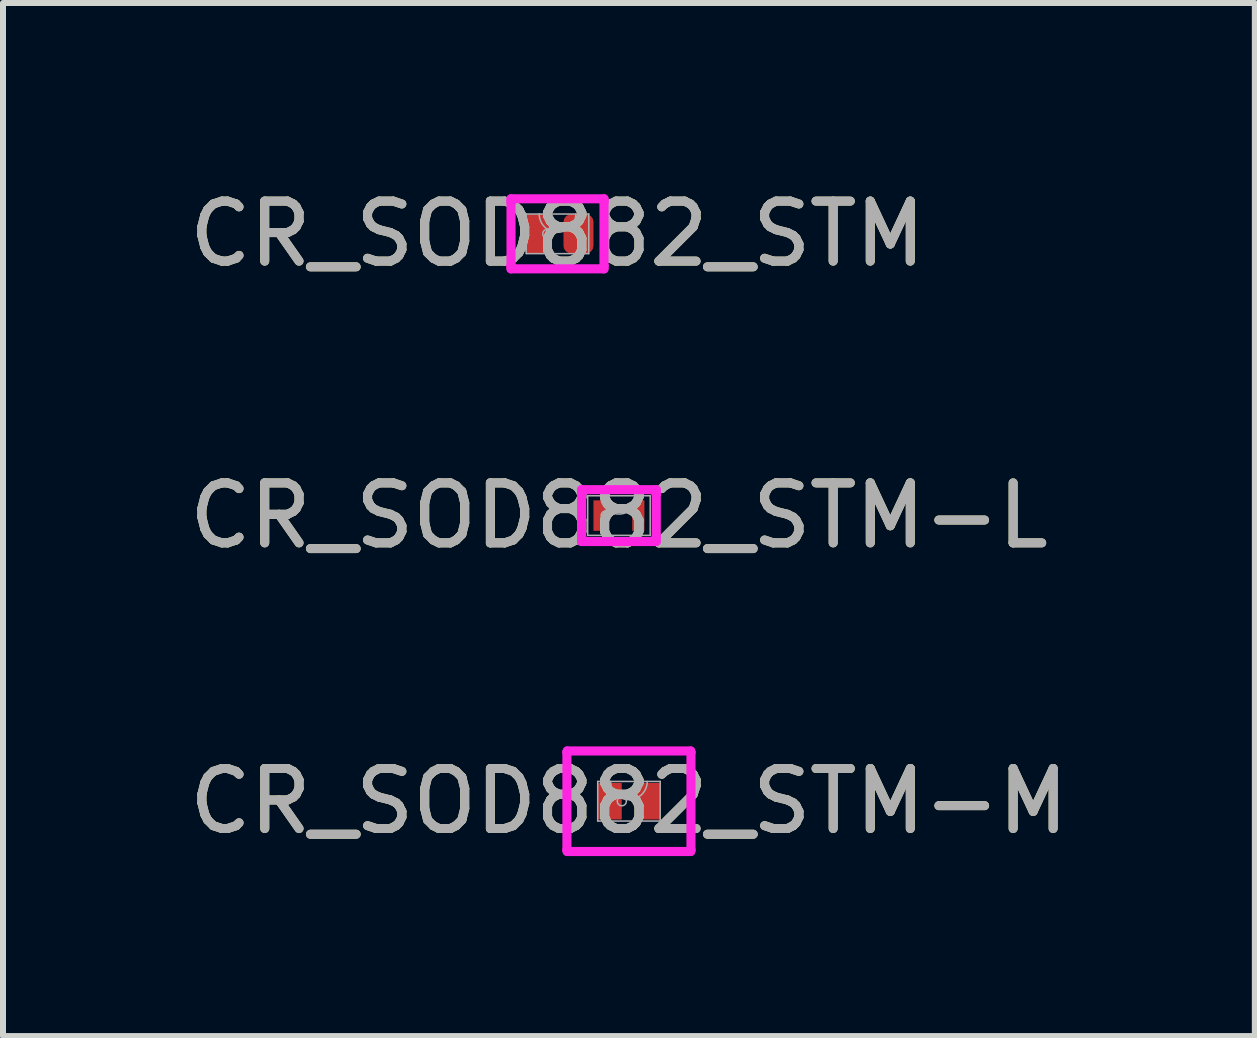
<source format=kicad_pcb>
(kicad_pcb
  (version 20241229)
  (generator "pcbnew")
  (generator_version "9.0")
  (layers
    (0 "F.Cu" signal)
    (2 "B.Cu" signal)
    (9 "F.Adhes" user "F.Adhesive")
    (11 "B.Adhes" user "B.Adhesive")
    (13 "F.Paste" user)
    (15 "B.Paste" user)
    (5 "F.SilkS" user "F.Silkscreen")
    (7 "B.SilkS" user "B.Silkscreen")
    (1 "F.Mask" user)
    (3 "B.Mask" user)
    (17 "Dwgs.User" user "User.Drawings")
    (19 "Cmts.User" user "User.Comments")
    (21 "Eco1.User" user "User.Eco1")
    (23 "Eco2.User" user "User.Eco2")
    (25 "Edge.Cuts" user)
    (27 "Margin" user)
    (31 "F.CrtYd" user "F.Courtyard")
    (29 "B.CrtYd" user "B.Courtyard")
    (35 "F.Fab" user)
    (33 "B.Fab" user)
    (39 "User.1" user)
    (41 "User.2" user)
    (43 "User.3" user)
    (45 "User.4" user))
  (footprint "CR_SOD882_STM"
    (layer "F.Cu")
    (at 6.244 0.848)
    (property "Reference" "CR_SOD882_STM" (at 0 0 0) (unlocked yes) (layer "F.SilkS") (effects (font (size 1 1) (thickness 0.15))))
    (attr smd)
    (fp_line (start -0.775 -0.584) (end 0.775 -0.584) (stroke (width 0.152) (type solid)) (layer "F.CrtYd"))
    (fp_line (start -0.775 -0.533) (end -0.775 -0.584) (stroke (width 0.152) (type solid)) (layer "F.CrtYd"))
    (fp_line (start -0.775 -0.533) (end -0.775 -0.533) (stroke (width 0.152) (type solid)) (layer "F.CrtYd"))
    (fp_line (start -0.775 0.533) (end -0.775 -0.533) (stroke (width 0.152) (type solid)) (layer "F.CrtYd"))
    (fp_line (start -0.775 0.533) (end -0.775 0.533) (stroke (width 0.152) (type solid)) (layer "F.CrtYd"))
    (fp_line (start -0.775 0.584) (end -0.775 0.533) (stroke (width 0.152) (type solid)) (layer "F.CrtYd"))
    (fp_line (start 0.775 -0.584) (end 0.775 -0.533) (stroke (width 0.152) (type solid)) (layer "F.CrtYd"))
    (fp_line (start 0.775 -0.533) (end 0.775 -0.533) (stroke (width 0.152) (type solid)) (layer "F.CrtYd"))
    (fp_line (start 0.775 -0.533) (end 0.775 0.533) (stroke (width 0.152) (type solid)) (layer "F.CrtYd"))
    (fp_line (start 0.775 0.533) (end 0.775 0.533) (stroke (width 0.152) (type solid)) (layer "F.CrtYd"))
    (fp_line (start 0.775 0.533) (end 0.775 0.584) (stroke (width 0.152) (type solid)) (layer "F.CrtYd"))
    (fp_line (start 0.775 0.584) (end -0.775 0.584) (stroke (width 0.152) (type solid)) (layer "F.CrtYd"))
    (fp_line (start -0.521 -0.33) (end -0.521 0.33) (stroke (width 0.025) (type solid)) (layer "F.Fab"))
    (fp_line (start -0.521 0.33) (end 0.521 0.33) (stroke (width 0.025) (type solid)) (layer "F.Fab"))
    (fp_line (start 0.521 -0.33) (end -0.521 -0.33) (stroke (width 0.025) (type solid)) (layer "F.Fab"))
    (fp_line (start 0.521 0.33) (end 0.521 -0.33) (stroke (width 0.025) (type solid)) (layer "F.Fab"))
    (fp_arc (start 0.3048 -0.3302) (mid 0 -0.0254) (end -0.3048 -0.3302) (stroke (width 0.0254) (type solid)) (layer "F.Fab"))
    (fp_circle (center -0.17 0) (end -0.094 0) (stroke (width 0.025) (type solid)) (fill no) (layer "F.Fab"))
    (fp_text user "${REFERENCE}" (at 0 0 0) (unlocked yes) (layer "F.Fab") (effects (font (size 1 1) (thickness 0.15))))
    (pad "1" smd roundrect (at -0.35 0) (size 0.5 0.65) (layers "F.Cu" "F.Mask" "F.Paste") (roundrect_rratio 0.25))
    (pad "2" smd roundrect (at 0.35 0) (size 0.5 0.65) (layers "F.Cu" "F.Mask" "F.Paste") (roundrect_rratio 0.25)))
  (footprint "CR_SOD882_STM-L"
    (layer "F.Cu")
    (at 7.268 5.545)
    (property "Reference" "CR_SOD882_STM-L" (at 0 0 0) (unlocked yes) (layer "F.SilkS") (effects (font (size 1 1) (thickness 0.15))))
    (attr smd)
    (fp_line (start -0.622 -0.432) (end 0.622 -0.432) (stroke (width 0.152) (type solid)) (layer "F.CrtYd"))
    (fp_line (start -0.622 -0.356) (end -0.622 -0.432) (stroke (width 0.152) (type solid)) (layer "F.CrtYd"))
    (fp_line (start -0.622 -0.356) (end -0.622 -0.356) (stroke (width 0.152) (type solid)) (layer "F.CrtYd"))
    (fp_line (start -0.622 0.356) (end -0.622 -0.356) (stroke (width 0.152) (type solid)) (layer "F.CrtYd"))
    (fp_line (start -0.622 0.356) (end -0.622 0.356) (stroke (width 0.152) (type solid)) (layer "F.CrtYd"))
    (fp_line (start -0.622 0.432) (end -0.622 0.356) (stroke (width 0.152) (type solid)) (layer "F.CrtYd"))
    (fp_line (start 0.622 -0.432) (end 0.622 -0.356) (stroke (width 0.152) (type solid)) (layer "F.CrtYd"))
    (fp_line (start 0.622 -0.356) (end 0.622 -0.356) (stroke (width 0.152) (type solid)) (layer "F.CrtYd"))
    (fp_line (start 0.622 -0.356) (end 0.622 0.356) (stroke (width 0.152) (type solid)) (layer "F.CrtYd"))
    (fp_line (start 0.622 0.356) (end 0.622 0.356) (stroke (width 0.152) (type solid)) (layer "F.CrtYd"))
    (fp_line (start 0.622 0.356) (end 0.622 0.432) (stroke (width 0.152) (type solid)) (layer "F.CrtYd"))
    (fp_line (start 0.622 0.432) (end -0.622 0.432) (stroke (width 0.152) (type solid)) (layer "F.CrtYd"))
    (fp_line (start -0.521 -0.33) (end -0.521 0.33) (stroke (width 0.025) (type solid)) (layer "F.Fab"))
    (fp_line (start -0.521 0.33) (end 0.521 0.33) (stroke (width 0.025) (type solid)) (layer "F.Fab"))
    (fp_line (start 0.521 -0.33) (end -0.521 -0.33) (stroke (width 0.025) (type solid)) (layer "F.Fab"))
    (fp_line (start 0.521 0.33) (end 0.521 -0.33) (stroke (width 0.025) (type solid)) (layer "F.Fab"))
    (fp_arc (start 0.3048 -0.3302) (mid 0 -0.0254) (end -0.3048 -0.3302) (stroke (width 0.0254) (type solid)) (layer "F.Fab"))
    (fp_circle (center -0.221 0) (end -0.145 0) (stroke (width 0.025) (type solid)) (fill no) (layer "F.Fab"))
    (fp_text user "${REFERENCE}" (at 0 0 0) (unlocked yes) (layer "F.Fab") (effects (font (size 1 1) (thickness 0.15))))
    (pad "1" smd rect (at -0.323 0) (size 0.203 0.508) (layers "F.Cu" "F.Mask" "F.Paste"))
    (pad "2" smd rect (at 0.323 0) (size 0.203 0.508) (layers "F.Cu" "F.Mask" "F.Paste")))
  (footprint "CR_SOD882_STM-M"
    (layer "F.Cu")
    (at 7.435 10.307)
    (property "Reference" "CR_SOD882_STM-M" (at 0 0 0) (unlocked yes) (layer "F.SilkS") (effects (font (size 1 1) (thickness 0.15))))
    (attr smd)
    (fp_line (start -1.034 -0.813) (end -1.029 -0.813) (stroke (width 0.152) (type solid)) (layer "F.CrtYd"))
    (fp_line (start -1.034 0.813) (end -1.034 -0.813) (stroke (width 0.152) (type solid)) (layer "F.CrtYd"))
    (fp_line (start -1.034 0.813) (end -1.029 0.813) (stroke (width 0.152) (type solid)) (layer "F.CrtYd"))
    (fp_line (start -1.029 -0.838) (end 1.029 -0.838) (stroke (width 0.152) (type solid)) (layer "F.CrtYd"))
    (fp_line (start -1.029 -0.813) (end -1.029 -0.838) (stroke (width 0.152) (type solid)) (layer "F.CrtYd"))
    (fp_line (start -1.029 0.838) (end -1.029 0.813) (stroke (width 0.152) (type solid)) (layer "F.CrtYd"))
    (fp_line (start 1.029 -0.838) (end 1.029 -0.813) (stroke (width 0.152) (type solid)) (layer "F.CrtYd"))
    (fp_line (start 1.029 0.813) (end 1.029 0.838) (stroke (width 0.152) (type solid)) (layer "F.CrtYd"))
    (fp_line (start 1.029 0.838) (end -1.029 0.838) (stroke (width 0.152) (type solid)) (layer "F.CrtYd"))
    (fp_line (start 1.034 -0.813) (end 1.029 -0.813) (stroke (width 0.152) (type solid)) (layer "F.CrtYd"))
    (fp_line (start 1.034 -0.813) (end 1.034 0.813) (stroke (width 0.152) (type solid)) (layer "F.CrtYd"))
    (fp_line (start 1.034 0.813) (end 1.029 0.813) (stroke (width 0.152) (type solid)) (layer "F.CrtYd"))
    (fp_line (start -0.521 -0.33) (end -0.521 0.33) (stroke (width 0.025) (type solid)) (layer "F.Fab"))
    (fp_line (start -0.521 0.33) (end 0.521 0.33) (stroke (width 0.025) (type solid)) (layer "F.Fab"))
    (fp_line (start 0.521 -0.33) (end -0.521 -0.33) (stroke (width 0.025) (type solid)) (layer "F.Fab"))
    (fp_line (start 0.521 0.33) (end 0.521 -0.33) (stroke (width 0.025) (type solid)) (layer "F.Fab"))
    (fp_arc (start 0.3048 -0.3302) (mid 0 -0.0254) (end -0.3048 -0.3302) (stroke (width 0.0254) (type solid)) (layer "F.Fab"))
    (fp_circle (center -0.119 0) (end -0.043 0) (stroke (width 0.025) (type solid)) (fill no) (layer "F.Fab"))
    (fp_text user "${REFERENCE}" (at 0 0 0) (unlocked yes) (layer "F.Fab") (effects (font (size 1 1) (thickness 0.15))))
    (pad "1" smd rect (at -0.323 0) (size 0.406 0.61) (layers "F.Cu" "F.Mask" "F.Paste"))
    (pad "2" smd rect (at 0.323 0) (size 0.406 0.61) (layers "F.Cu" "F.Mask" "F.Paste")))
  (gr_rect
    (start -3 -3)
    (end 17.869 14.222)
    (stroke (width 0.1) (type default))
    (fill no)
    (layer "Edge.Cuts")))
</source>
